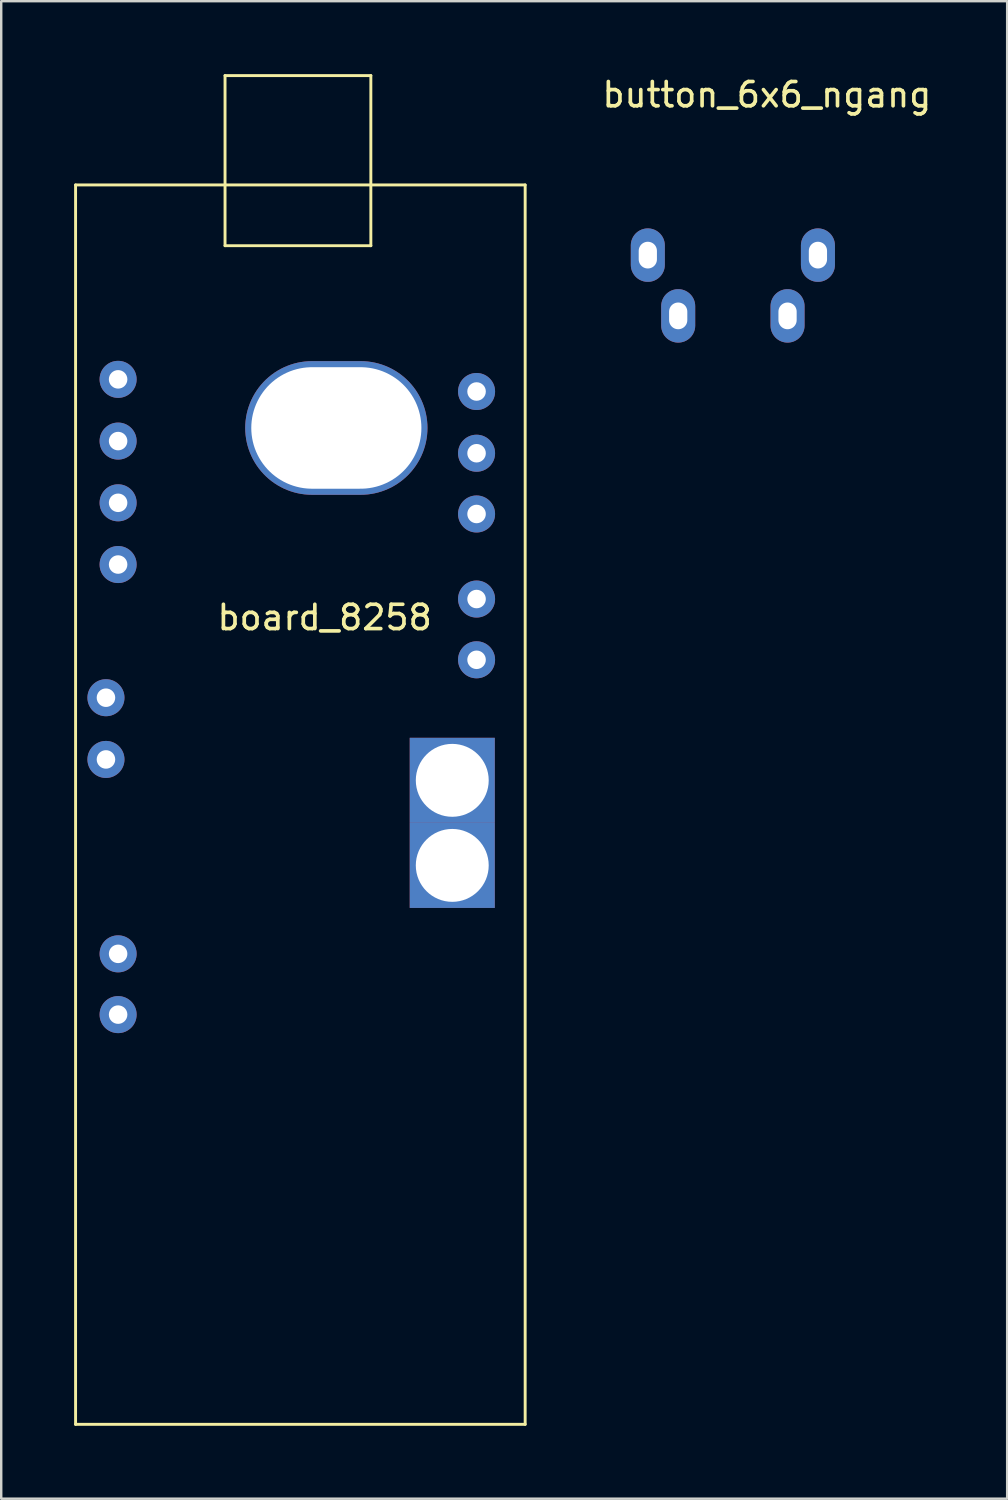
<source format=kicad_pcb>
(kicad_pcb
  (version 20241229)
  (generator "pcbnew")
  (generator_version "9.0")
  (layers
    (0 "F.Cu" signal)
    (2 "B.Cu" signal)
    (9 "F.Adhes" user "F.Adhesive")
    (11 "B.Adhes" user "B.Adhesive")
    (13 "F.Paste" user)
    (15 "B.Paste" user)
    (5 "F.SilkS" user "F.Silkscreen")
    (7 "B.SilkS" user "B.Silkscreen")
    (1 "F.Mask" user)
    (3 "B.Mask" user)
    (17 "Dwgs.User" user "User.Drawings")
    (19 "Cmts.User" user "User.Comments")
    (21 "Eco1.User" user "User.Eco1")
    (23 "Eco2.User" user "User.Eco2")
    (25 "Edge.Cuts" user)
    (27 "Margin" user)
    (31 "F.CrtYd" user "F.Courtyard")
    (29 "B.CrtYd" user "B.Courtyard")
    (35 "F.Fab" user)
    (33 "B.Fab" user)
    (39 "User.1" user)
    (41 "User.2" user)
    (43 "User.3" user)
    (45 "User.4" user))
  (footprint "button_6x6_ngang"
    (layer "F.Cu")
    (at 27.107 7.448)
    (property "Reference" "button_6x6_ngang" (at 1.4 -6.6 0) (layer "F.SilkS") (effects (font (size 1 1) (thickness 0.15))))
    (attr through_hole)
    (pad "" thru_hole oval (at -3.5 0) (size 1.4 2.2) (drill oval 0.75 1.1) (layers "*.Cu" "*.Mask"))
    (pad "" thru_hole oval (at 3.5 0) (size 1.4 2.2) (drill oval 0.75 1.1) (layers "*.Cu" "*.Mask"))
    (pad "1" thru_hole oval (at -2.25 2.5) (size 1.4 2.2) (drill oval 0.75 1.1) (layers "*.Cu" "*.Mask"))
    (pad "2" thru_hole oval (at 2.25 2.5) (size 1.4 2.2) (drill oval 0.75 1.1) (layers "*.Cu" "*.Mask")))
  (footprint "board_8258"
    (layer "F.Cu")
    (at 9.31 30.06)
    (property "Reference" "board_8258" (at 1 -7.7 0) (layer "F.SilkS") (effects (font (size 1 1) (thickness 0.15))))
    (attr through_hole)
    (fp_line (start -9.25 -25.5) (end -9.25 25.5) (stroke (width 0.12) (type solid)) (layer "F.SilkS"))
    (fp_line (start -3.1 -30) (end -3.1 -23) (stroke (width 0.12) (type solid)) (layer "F.SilkS"))
    (fp_line (start -3.1 -30) (end 2.9 -30) (stroke (width 0.12) (type solid)) (layer "F.SilkS"))
    (fp_line (start -3.1 -23) (end 2.9 -23) (stroke (width 0.12) (type solid)) (layer "F.SilkS"))
    (fp_line (start 2.9 -23) (end 2.9 -30) (stroke (width 0.12) (type solid)) (layer "F.SilkS"))
    (fp_line (start 9.25 -25.5) (end -9.25 -25.5) (stroke (width 0.12) (type solid)) (layer "F.SilkS"))
    (fp_line (start 9.25 -25.5) (end 9.25 25.5) (stroke (width 0.12) (type solid)) (layer "F.SilkS"))
    (fp_line (start 9.25 25.5) (end -9.25 25.5) (stroke (width 0.12) (type solid)) (layer "F.SilkS"))
    (pad "" thru_hole oval (at 1.48 -15.5) (size 7.5 5.5) (drill oval 7 5) (layers "*.Cu" "*.Mask"))
    (pad "" thru_hole rect (at 6.25 -1) (size 3.5 3.5) (drill 3) (layers "*.Cu" "*.Mask"))
    (pad "" thru_hole rect (at 6.25 2.5) (size 3.5 3.5) (drill 3) (layers "*.Cu" "*.Mask"))
    (pad "1" thru_hole circle (at 7.25 -17) (size 1.524 1.524) (drill 0.762) (layers "*.Cu" "*.Mask"))
    (pad "2" thru_hole circle (at 7.25 -14.46) (size 1.524 1.524) (drill 0.762) (layers "*.Cu" "*.Mask"))
    (pad "3" thru_hole circle (at 7.25 -11.96) (size 1.524 1.524) (drill 0.762) (layers "*.Cu" "*.Mask"))
    (pad "4" thru_hole circle (at 7.25 -8.46) (size 1.524 1.524) (drill 0.762) (layers "*.Cu" "*.Mask"))
    (pad "5" thru_hole circle (at 7.25 -5.96) (size 1.524 1.524) (drill 0.762) (layers "*.Cu" "*.Mask"))
    (pad "6" thru_hole circle (at -7.5 -17.5) (size 1.524 1.524) (drill 0.762) (layers "*.Cu" "*.Mask"))
    (pad "7" thru_hole circle (at -7.5 -14.96) (size 1.524 1.524) (drill 0.762) (layers "*.Cu" "*.Mask"))
    (pad "8" thru_hole circle (at -7.5 -12.42) (size 1.524 1.524) (drill 0.762) (layers "*.Cu" "*.Mask"))
    (pad "9" thru_hole circle (at -7.5 -9.88) (size 1.524 1.524) (drill 0.762) (layers "*.Cu" "*.Mask"))
    (pad "10" thru_hole circle (at -8 -4.4) (size 1.524 1.524) (drill 0.762) (layers "*.Cu" "*.Mask"))
    (pad "11" thru_hole circle (at -8 -1.86) (size 1.524 1.524) (drill 0.762) (layers "*.Cu" "*.Mask"))
    (pad "12" thru_hole circle (at -7.5 6.14) (size 1.524 1.524) (drill 0.762) (layers "*.Cu" "*.Mask"))
    (pad "13" thru_hole circle (at -7.5 8.64) (size 1.524 1.524) (drill 0.762) (layers "*.Cu" "*.Mask")))
  (gr_rect
    (start -3 -3)
    (end 38.394 58.62)
    (stroke (width 0.1) (type default))
    (fill no)
    (layer "Edge.Cuts")))
</source>
